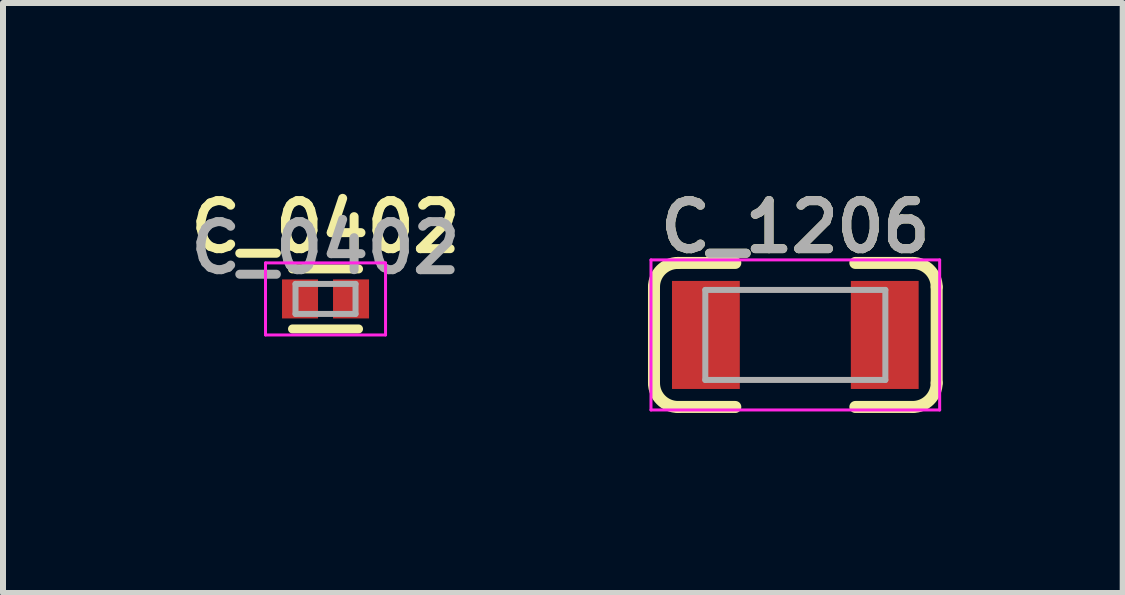
<source format=kicad_pcb>
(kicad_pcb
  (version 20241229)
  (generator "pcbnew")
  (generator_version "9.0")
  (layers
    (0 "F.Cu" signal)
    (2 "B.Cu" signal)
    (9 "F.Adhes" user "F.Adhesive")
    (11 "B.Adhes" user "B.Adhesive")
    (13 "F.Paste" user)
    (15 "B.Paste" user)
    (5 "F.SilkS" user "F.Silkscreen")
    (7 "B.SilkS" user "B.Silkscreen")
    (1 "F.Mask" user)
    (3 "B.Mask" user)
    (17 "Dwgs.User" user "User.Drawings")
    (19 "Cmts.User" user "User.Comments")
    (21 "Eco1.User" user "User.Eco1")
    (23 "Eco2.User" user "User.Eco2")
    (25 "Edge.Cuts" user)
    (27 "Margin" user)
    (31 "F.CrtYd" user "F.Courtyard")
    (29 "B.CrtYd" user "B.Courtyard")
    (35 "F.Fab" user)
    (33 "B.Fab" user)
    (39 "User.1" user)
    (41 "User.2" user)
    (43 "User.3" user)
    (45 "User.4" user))
  (footprint "C_0402"
    (layer "F.Cu")
    (at 2.374 1.931)
    (property "Reference" "C_0402" (at 0 -1.2 0) (layer "F.SilkS") (effects (font (size 0.8 0.8) (thickness 0.15))))
    (attr smd)
    (fp_line (start -0.55 -0.5) (end 0.55 -0.5) (stroke (width 0.15) (type solid)) (layer "F.SilkS"))
    (fp_line (start -0.55 0.5) (end 0.55 0.5) (stroke (width 0.15) (type solid)) (layer "F.SilkS"))
    (fp_line (start -1 -0.6) (end 1 -0.6) (stroke (width 0.05) (type solid)) (layer "F.CrtYd"))
    (fp_line (start -1 0.6) (end -1 -0.6) (stroke (width 0.05) (type solid)) (layer "F.CrtYd"))
    (fp_line (start 1 -0.6) (end 1 0.6) (stroke (width 0.05) (type solid)) (layer "F.CrtYd"))
    (fp_line (start 1 0.6) (end -1 0.6) (stroke (width 0.05) (type solid)) (layer "F.CrtYd"))
    (fp_line (start -0.5 -0.25) (end 0.5 -0.25) (stroke (width 0.1) (type solid)) (layer "F.Fab"))
    (fp_line (start -0.5 0.25) (end -0.5 -0.25) (stroke (width 0.1) (type solid)) (layer "F.Fab"))
    (fp_line (start 0.5 -0.25) (end 0.5 0.25) (stroke (width 0.1) (type solid)) (layer "F.Fab"))
    (fp_line (start 0.5 0.25) (end -0.5 0.25) (stroke (width 0.1) (type solid)) (layer "F.Fab"))
    (fp_text user "${REFERENCE}" (at 0 -0.85 0) (layer "F.Fab") (effects (font (size 0.8 0.8) (thickness 0.15))))
    (pad "1" smd rect (at -0.425 0) (size 0.6 0.65) (layers "F.Cu" "F.Mask" "F.Paste"))
    (pad "2" smd rect (at 0.425 0) (size 0.6 0.65) (layers "F.Cu" "F.Mask" "F.Paste")))
  (footprint "C_1206"
    (layer "F.Cu")
    (at 10.202 2.531)
    (property "Reference" "C_1206" (at 0 -1.8 0) (layer "F.SilkS") (effects (font (size 0.8 0.8) (thickness 0.15))))
    (attr smd)
    (fp_line (start -2.355 0.8) (end -2.355 -0.8) (stroke (width 0.2) (type solid)) (layer "F.SilkS"))
    (fp_line (start -1.955 -1.2) (end -1 -1.2) (stroke (width 0.2) (type solid)) (layer "F.SilkS"))
    (fp_line (start -1.955 1.2) (end -1 1.2) (stroke (width 0.2) (type solid)) (layer "F.SilkS"))
    (fp_line (start 1 -1.2) (end 1.955 -1.2) (stroke (width 0.2) (type solid)) (layer "F.SilkS"))
    (fp_line (start 1 1.2) (end 1.955 1.2) (stroke (width 0.2) (type solid)) (layer "F.SilkS"))
    (fp_line (start 2.355 0.8) (end 2.355 -0.8) (stroke (width 0.2) (type solid)) (layer "F.SilkS"))
    (fp_arc (start -2.355 -0.8) (mid -2.237843 -1.082843) (end -1.955 -1.2) (stroke (width 0.2) (type solid)) (layer "F.SilkS"))
    (fp_arc (start -1.955 1.2) (mid -2.237843 1.082843) (end -2.355 0.8) (stroke (width 0.2) (type solid)) (layer "F.SilkS"))
    (fp_arc (start 1.955 -1.2) (mid 2.237843 -1.082843) (end 2.355 -0.8) (stroke (width 0.2) (type solid)) (layer "F.SilkS"))
    (fp_arc (start 2.355 0.8) (mid 2.237843 1.082843) (end 1.955 1.2) (stroke (width 0.2) (type solid)) (layer "F.SilkS"))
    (fp_line (start -2.405 -1.25) (end 2.405 -1.25) (stroke (width 0.05) (type solid)) (layer "F.CrtYd"))
    (fp_line (start -2.405 1.25) (end -2.405 -1.25) (stroke (width 0.05) (type solid)) (layer "F.CrtYd"))
    (fp_line (start 2.405 -1.25) (end 2.405 1.25) (stroke (width 0.05) (type solid)) (layer "F.CrtYd"))
    (fp_line (start 2.405 1.25) (end -2.405 1.25) (stroke (width 0.05) (type solid)) (layer "F.CrtYd"))
    (fp_line (start -1.5 -0.75) (end 1.5 -0.75) (stroke (width 0.1) (type solid)) (layer "F.Fab"))
    (fp_line (start -1.5 0.75) (end -1.5 -0.75) (stroke (width 0.1) (type solid)) (layer "F.Fab"))
    (fp_line (start 1.5 -0.75) (end 1.5 0.75) (stroke (width 0.1) (type solid)) (layer "F.Fab"))
    (fp_line (start 1.5 0.75) (end -1.5 0.75) (stroke (width 0.1) (type solid)) (layer "F.Fab"))
    (fp_text user "${REFERENCE}" (at 0 -1.8 0) (layer "F.Fab") (effects (font (size 0.8 0.8) (thickness 0.15))))
    (pad "1" smd rect (at -1.49 0) (size 1.13 1.8) (layers "F.Cu" "F.Mask" "F.Paste"))
    (pad "2" smd rect (at 1.49 0) (size 1.13 1.8) (layers "F.Cu" "F.Mask" "F.Paste")))
  (gr_rect
    (start -3 -3)
    (end 15.657 6.831)
    (stroke (width 0.1) (type default))
    (fill no)
    (layer "Edge.Cuts")))
</source>
